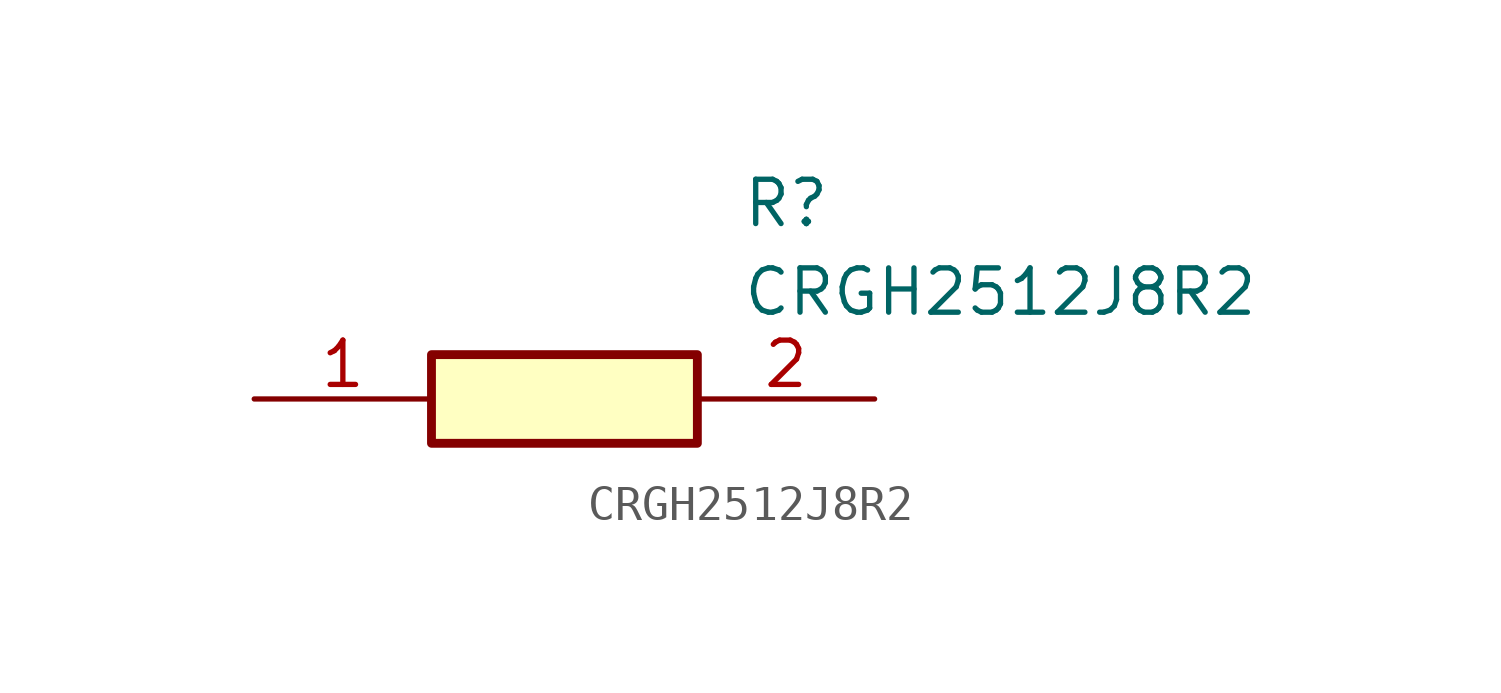
<source format=kicad_sym>
(kicad_symbol_lib
  (version 20211014)
  (generator SamacSys_ECAD_Model)
  (symbol "CRGH2512J8R2"
    (pin_names hide)
    (property "Reference" "R"
      (at 13.97 6.35 0)
      (effects (font (size 1.27 1.27)) (justify left top)))
    (property "Value" "CRGH2512J8R2"
      (at 13.97 3.81 0)
      (effects (font (size 1.27 1.27)) (justify left top)))
    (rectangle
      (start 5.08 1.27)
      (end 12.7 -1.27)
      (stroke (width 0.254) (type default))
      (fill (type background)))
    (pin passive line
      (at 0 0 0)
      (length 5.08)
      (name "1" (effects (font (size 1.27 1.27))))
      (number "1" (effects (font (size 1.27 1.27)))))
    (pin passive line
      (at 17.78 0 180)
      (length 5.08)
      (name "2" (effects (font (size 1.27 1.27))))
      (number "2" (effects (font (size 1.27 1.27)))))))
</source>
